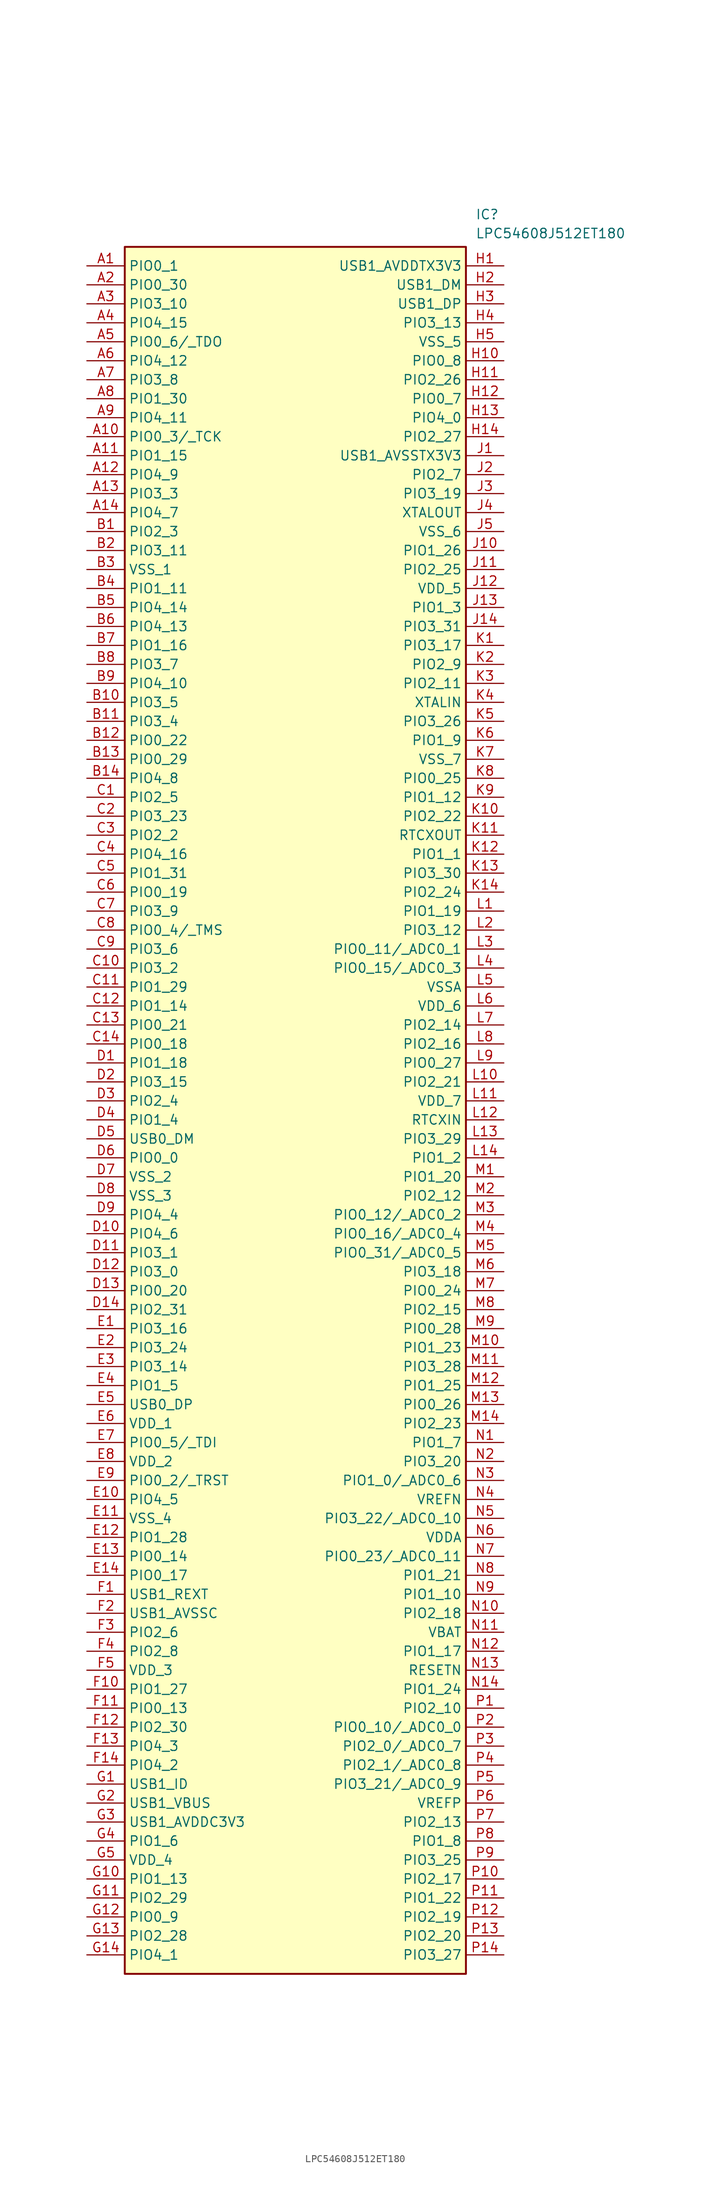
<source format=kicad_sym>
(kicad_symbol_lib
  (version 20211014)
  (generator SamacSys_ECAD_Model)
  (symbol "LPC54608J512ET180"
    (property "Reference" "IC"
      (at 52.07 7.62 0)
      (effects (font (size 1.27 1.27)) (justify left top)))
    (property "Value" "LPC54608J512ET180"
      (at 52.07 5.08 0)
      (effects (font (size 1.27 1.27)) (justify left top)))
    (rectangle
      (start 5.08 2.54)
      (end 50.8 -228.6)
      (stroke (width 0.254) (type default))
      (fill (type background)))
    (pin passive line
      (at 0 0 0)
      (length 5.08)
      (name "PIO0_1" (effects (font (size 1.27 1.27))))
      (number "A1" (effects (font (size 1.27 1.27)))))
    (pin passive line
      (at 0 -2.54 0)
      (length 5.08)
      (name "PIO0_30" (effects (font (size 1.27 1.27))))
      (number "A2" (effects (font (size 1.27 1.27)))))
    (pin passive line
      (at 0 -5.08 0)
      (length 5.08)
      (name "PIO3_10" (effects (font (size 1.27 1.27))))
      (number "A3" (effects (font (size 1.27 1.27)))))
    (pin passive line
      (at 0 -7.62 0)
      (length 5.08)
      (name "PIO4_15" (effects (font (size 1.27 1.27))))
      (number "A4" (effects (font (size 1.27 1.27)))))
    (pin passive line
      (at 0 -10.16 0)
      (length 5.08)
      (name "PIO0_6/_TDO" (effects (font (size 1.27 1.27))))
      (number "A5" (effects (font (size 1.27 1.27)))))
    (pin passive line
      (at 0 -12.7 0)
      (length 5.08)
      (name "PIO4_12" (effects (font (size 1.27 1.27))))
      (number "A6" (effects (font (size 1.27 1.27)))))
    (pin passive line
      (at 0 -15.24 0)
      (length 5.08)
      (name "PIO3_8" (effects (font (size 1.27 1.27))))
      (number "A7" (effects (font (size 1.27 1.27)))))
    (pin passive line
      (at 0 -17.78 0)
      (length 5.08)
      (name "PIO1_30" (effects (font (size 1.27 1.27))))
      (number "A8" (effects (font (size 1.27 1.27)))))
    (pin passive line
      (at 0 -20.32 0)
      (length 5.08)
      (name "PIO4_11" (effects (font (size 1.27 1.27))))
      (number "A9" (effects (font (size 1.27 1.27)))))
    (pin passive line
      (at 0 -22.86 0)
      (length 5.08)
      (name "PIO0_3/_TCK" (effects (font (size 1.27 1.27))))
      (number "A10" (effects (font (size 1.27 1.27)))))
    (pin passive line
      (at 0 -25.4 0)
      (length 5.08)
      (name "PIO1_15" (effects (font (size 1.27 1.27))))
      (number "A11" (effects (font (size 1.27 1.27)))))
    (pin passive line
      (at 0 -27.94 0)
      (length 5.08)
      (name "PIO4_9" (effects (font (size 1.27 1.27))))
      (number "A12" (effects (font (size 1.27 1.27)))))
    (pin passive line
      (at 0 -30.48 0)
      (length 5.08)
      (name "PIO3_3" (effects (font (size 1.27 1.27))))
      (number "A13" (effects (font (size 1.27 1.27)))))
    (pin passive line
      (at 0 -33.02 0)
      (length 5.08)
      (name "PIO4_7" (effects (font (size 1.27 1.27))))
      (number "A14" (effects (font (size 1.27 1.27)))))
    (pin passive line
      (at 0 -35.56 0)
      (length 5.08)
      (name "PIO2_3" (effects (font (size 1.27 1.27))))
      (number "B1" (effects (font (size 1.27 1.27)))))
    (pin passive line
      (at 0 -38.1 0)
      (length 5.08)
      (name "PIO3_11" (effects (font (size 1.27 1.27))))
      (number "B2" (effects (font (size 1.27 1.27)))))
    (pin passive line
      (at 0 -40.64 0)
      (length 5.08)
      (name "VSS_1" (effects (font (size 1.27 1.27))))
      (number "B3" (effects (font (size 1.27 1.27)))))
    (pin passive line
      (at 0 -43.18 0)
      (length 5.08)
      (name "PIO1_11" (effects (font (size 1.27 1.27))))
      (number "B4" (effects (font (size 1.27 1.27)))))
    (pin passive line
      (at 0 -45.72 0)
      (length 5.08)
      (name "PIO4_14" (effects (font (size 1.27 1.27))))
      (number "B5" (effects (font (size 1.27 1.27)))))
    (pin passive line
      (at 0 -48.26 0)
      (length 5.08)
      (name "PIO4_13" (effects (font (size 1.27 1.27))))
      (number "B6" (effects (font (size 1.27 1.27)))))
    (pin passive line
      (at 0 -50.8 0)
      (length 5.08)
      (name "PIO1_16" (effects (font (size 1.27 1.27))))
      (number "B7" (effects (font (size 1.27 1.27)))))
    (pin passive line
      (at 0 -53.34 0)
      (length 5.08)
      (name "PIO3_7" (effects (font (size 1.27 1.27))))
      (number "B8" (effects (font (size 1.27 1.27)))))
    (pin passive line
      (at 0 -55.88 0)
      (length 5.08)
      (name "PIO4_10" (effects (font (size 1.27 1.27))))
      (number "B9" (effects (font (size 1.27 1.27)))))
    (pin passive line
      (at 0 -58.42 0)
      (length 5.08)
      (name "PIO3_5" (effects (font (size 1.27 1.27))))
      (number "B10" (effects (font (size 1.27 1.27)))))
    (pin passive line
      (at 0 -60.96 0)
      (length 5.08)
      (name "PIO3_4" (effects (font (size 1.27 1.27))))
      (number "B11" (effects (font (size 1.27 1.27)))))
    (pin passive line
      (at 0 -63.5 0)
      (length 5.08)
      (name "PIO0_22" (effects (font (size 1.27 1.27))))
      (number "B12" (effects (font (size 1.27 1.27)))))
    (pin passive line
      (at 0 -66.04 0)
      (length 5.08)
      (name "PIO0_29" (effects (font (size 1.27 1.27))))
      (number "B13" (effects (font (size 1.27 1.27)))))
    (pin passive line
      (at 0 -68.58 0)
      (length 5.08)
      (name "PIO4_8" (effects (font (size 1.27 1.27))))
      (number "B14" (effects (font (size 1.27 1.27)))))
    (pin passive line
      (at 0 -71.12 0)
      (length 5.08)
      (name "PIO2_5" (effects (font (size 1.27 1.27))))
      (number "C1" (effects (font (size 1.27 1.27)))))
    (pin passive line
      (at 0 -73.66 0)
      (length 5.08)
      (name "PIO3_23" (effects (font (size 1.27 1.27))))
      (number "C2" (effects (font (size 1.27 1.27)))))
    (pin passive line
      (at 0 -76.2 0)
      (length 5.08)
      (name "PIO2_2" (effects (font (size 1.27 1.27))))
      (number "C3" (effects (font (size 1.27 1.27)))))
    (pin passive line
      (at 0 -78.74 0)
      (length 5.08)
      (name "PIO4_16" (effects (font (size 1.27 1.27))))
      (number "C4" (effects (font (size 1.27 1.27)))))
    (pin passive line
      (at 0 -81.28 0)
      (length 5.08)
      (name "PIO1_31" (effects (font (size 1.27 1.27))))
      (number "C5" (effects (font (size 1.27 1.27)))))
    (pin passive line
      (at 0 -83.82 0)
      (length 5.08)
      (name "PIO0_19" (effects (font (size 1.27 1.27))))
      (number "C6" (effects (font (size 1.27 1.27)))))
    (pin passive line
      (at 0 -86.36 0)
      (length 5.08)
      (name "PIO3_9" (effects (font (size 1.27 1.27))))
      (number "C7" (effects (font (size 1.27 1.27)))))
    (pin passive line
      (at 0 -88.9 0)
      (length 5.08)
      (name "PIO0_4/_TMS" (effects (font (size 1.27 1.27))))
      (number "C8" (effects (font (size 1.27 1.27)))))
    (pin passive line
      (at 0 -91.44 0)
      (length 5.08)
      (name "PIO3_6" (effects (font (size 1.27 1.27))))
      (number "C9" (effects (font (size 1.27 1.27)))))
    (pin passive line
      (at 0 -93.98 0)
      (length 5.08)
      (name "PIO3_2" (effects (font (size 1.27 1.27))))
      (number "C10" (effects (font (size 1.27 1.27)))))
    (pin passive line
      (at 0 -96.52 0)
      (length 5.08)
      (name "PIO1_29" (effects (font (size 1.27 1.27))))
      (number "C11" (effects (font (size 1.27 1.27)))))
    (pin passive line
      (at 0 -99.06 0)
      (length 5.08)
      (name "PIO1_14" (effects (font (size 1.27 1.27))))
      (number "C12" (effects (font (size 1.27 1.27)))))
    (pin passive line
      (at 0 -101.6 0)
      (length 5.08)
      (name "PIO0_21" (effects (font (size 1.27 1.27))))
      (number "C13" (effects (font (size 1.27 1.27)))))
    (pin passive line
      (at 0 -104.14 0)
      (length 5.08)
      (name "PIO0_18" (effects (font (size 1.27 1.27))))
      (number "C14" (effects (font (size 1.27 1.27)))))
    (pin passive line
      (at 0 -106.68 0)
      (length 5.08)
      (name "PIO1_18" (effects (font (size 1.27 1.27))))
      (number "D1" (effects (font (size 1.27 1.27)))))
    (pin passive line
      (at 0 -109.22 0)
      (length 5.08)
      (name "PIO3_15" (effects (font (size 1.27 1.27))))
      (number "D2" (effects (font (size 1.27 1.27)))))
    (pin passive line
      (at 0 -111.76 0)
      (length 5.08)
      (name "PIO2_4" (effects (font (size 1.27 1.27))))
      (number "D3" (effects (font (size 1.27 1.27)))))
    (pin passive line
      (at 0 -114.3 0)
      (length 5.08)
      (name "PIO1_4" (effects (font (size 1.27 1.27))))
      (number "D4" (effects (font (size 1.27 1.27)))))
    (pin passive line
      (at 0 -116.84 0)
      (length 5.08)
      (name "USB0_DM" (effects (font (size 1.27 1.27))))
      (number "D5" (effects (font (size 1.27 1.27)))))
    (pin passive line
      (at 0 -119.38 0)
      (length 5.08)
      (name "PIO0_0" (effects (font (size 1.27 1.27))))
      (number "D6" (effects (font (size 1.27 1.27)))))
    (pin passive line
      (at 0 -121.92 0)
      (length 5.08)
      (name "VSS_2" (effects (font (size 1.27 1.27))))
      (number "D7" (effects (font (size 1.27 1.27)))))
    (pin passive line
      (at 0 -124.46 0)
      (length 5.08)
      (name "VSS_3" (effects (font (size 1.27 1.27))))
      (number "D8" (effects (font (size 1.27 1.27)))))
    (pin passive line
      (at 0 -127 0)
      (length 5.08)
      (name "PIO4_4" (effects (font (size 1.27 1.27))))
      (number "D9" (effects (font (size 1.27 1.27)))))
    (pin passive line
      (at 0 -129.54 0)
      (length 5.08)
      (name "PIO4_6" (effects (font (size 1.27 1.27))))
      (number "D10" (effects (font (size 1.27 1.27)))))
    (pin passive line
      (at 0 -132.08 0)
      (length 5.08)
      (name "PIO3_1" (effects (font (size 1.27 1.27))))
      (number "D11" (effects (font (size 1.27 1.27)))))
    (pin passive line
      (at 0 -134.62 0)
      (length 5.08)
      (name "PIO3_0" (effects (font (size 1.27 1.27))))
      (number "D12" (effects (font (size 1.27 1.27)))))
    (pin passive line
      (at 0 -137.16 0)
      (length 5.08)
      (name "PIO0_20" (effects (font (size 1.27 1.27))))
      (number "D13" (effects (font (size 1.27 1.27)))))
    (pin passive line
      (at 0 -139.7 0)
      (length 5.08)
      (name "PIO2_31" (effects (font (size 1.27 1.27))))
      (number "D14" (effects (font (size 1.27 1.27)))))
    (pin passive line
      (at 0 -142.24 0)
      (length 5.08)
      (name "PIO3_16" (effects (font (size 1.27 1.27))))
      (number "E1" (effects (font (size 1.27 1.27)))))
    (pin passive line
      (at 0 -144.78 0)
      (length 5.08)
      (name "PIO3_24" (effects (font (size 1.27 1.27))))
      (number "E2" (effects (font (size 1.27 1.27)))))
    (pin passive line
      (at 0 -147.32 0)
      (length 5.08)
      (name "PIO3_14" (effects (font (size 1.27 1.27))))
      (number "E3" (effects (font (size 1.27 1.27)))))
    (pin passive line
      (at 0 -149.86 0)
      (length 5.08)
      (name "PIO1_5" (effects (font (size 1.27 1.27))))
      (number "E4" (effects (font (size 1.27 1.27)))))
    (pin passive line
      (at 0 -152.4 0)
      (length 5.08)
      (name "USB0_DP" (effects (font (size 1.27 1.27))))
      (number "E5" (effects (font (size 1.27 1.27)))))
    (pin passive line
      (at 0 -154.94 0)
      (length 5.08)
      (name "VDD_1" (effects (font (size 1.27 1.27))))
      (number "E6" (effects (font (size 1.27 1.27)))))
    (pin passive line
      (at 0 -157.48 0)
      (length 5.08)
      (name "PIO0_5/_TDI" (effects (font (size 1.27 1.27))))
      (number "E7" (effects (font (size 1.27 1.27)))))
    (pin passive line
      (at 0 -160.02 0)
      (length 5.08)
      (name "VDD_2" (effects (font (size 1.27 1.27))))
      (number "E8" (effects (font (size 1.27 1.27)))))
    (pin passive line
      (at 0 -162.56 0)
      (length 5.08)
      (name "PIO0_2/_TRST" (effects (font (size 1.27 1.27))))
      (number "E9" (effects (font (size 1.27 1.27)))))
    (pin passive line
      (at 0 -165.1 0)
      (length 5.08)
      (name "PIO4_5" (effects (font (size 1.27 1.27))))
      (number "E10" (effects (font (size 1.27 1.27)))))
    (pin passive line
      (at 0 -167.64 0)
      (length 5.08)
      (name "VSS_4" (effects (font (size 1.27 1.27))))
      (number "E11" (effects (font (size 1.27 1.27)))))
    (pin passive line
      (at 0 -170.18 0)
      (length 5.08)
      (name "PIO1_28" (effects (font (size 1.27 1.27))))
      (number "E12" (effects (font (size 1.27 1.27)))))
    (pin passive line
      (at 0 -172.72 0)
      (length 5.08)
      (name "PIO0_14" (effects (font (size 1.27 1.27))))
      (number "E13" (effects (font (size 1.27 1.27)))))
    (pin passive line
      (at 0 -175.26 0)
      (length 5.08)
      (name "PIO0_17" (effects (font (size 1.27 1.27))))
      (number "E14" (effects (font (size 1.27 1.27)))))
    (pin passive line
      (at 0 -177.8 0)
      (length 5.08)
      (name "USB1_REXT" (effects (font (size 1.27 1.27))))
      (number "F1" (effects (font (size 1.27 1.27)))))
    (pin passive line
      (at 0 -180.34 0)
      (length 5.08)
      (name "USB1_AVSSC" (effects (font (size 1.27 1.27))))
      (number "F2" (effects (font (size 1.27 1.27)))))
    (pin passive line
      (at 0 -182.88 0)
      (length 5.08)
      (name "PIO2_6" (effects (font (size 1.27 1.27))))
      (number "F3" (effects (font (size 1.27 1.27)))))
    (pin passive line
      (at 0 -185.42 0)
      (length 5.08)
      (name "PIO2_8" (effects (font (size 1.27 1.27))))
      (number "F4" (effects (font (size 1.27 1.27)))))
    (pin passive line
      (at 0 -187.96 0)
      (length 5.08)
      (name "VDD_3" (effects (font (size 1.27 1.27))))
      (number "F5" (effects (font (size 1.27 1.27)))))
    (pin passive line
      (at 0 -190.5 0)
      (length 5.08)
      (name "PIO1_27" (effects (font (size 1.27 1.27))))
      (number "F10" (effects (font (size 1.27 1.27)))))
    (pin passive line
      (at 0 -193.04 0)
      (length 5.08)
      (name "PIO0_13" (effects (font (size 1.27 1.27))))
      (number "F11" (effects (font (size 1.27 1.27)))))
    (pin passive line
      (at 0 -195.58 0)
      (length 5.08)
      (name "PIO2_30" (effects (font (size 1.27 1.27))))
      (number "F12" (effects (font (size 1.27 1.27)))))
    (pin passive line
      (at 0 -198.12 0)
      (length 5.08)
      (name "PIO4_3" (effects (font (size 1.27 1.27))))
      (number "F13" (effects (font (size 1.27 1.27)))))
    (pin passive line
      (at 0 -200.66 0)
      (length 5.08)
      (name "PIO4_2" (effects (font (size 1.27 1.27))))
      (number "F14" (effects (font (size 1.27 1.27)))))
    (pin passive line
      (at 0 -203.2 0)
      (length 5.08)
      (name "USB1_ID" (effects (font (size 1.27 1.27))))
      (number "G1" (effects (font (size 1.27 1.27)))))
    (pin passive line
      (at 0 -205.74 0)
      (length 5.08)
      (name "USB1_VBUS" (effects (font (size 1.27 1.27))))
      (number "G2" (effects (font (size 1.27 1.27)))))
    (pin passive line
      (at 0 -208.28 0)
      (length 5.08)
      (name "USB1_AVDDC3V3" (effects (font (size 1.27 1.27))))
      (number "G3" (effects (font (size 1.27 1.27)))))
    (pin passive line
      (at 0 -210.82 0)
      (length 5.08)
      (name "PIO1_6" (effects (font (size 1.27 1.27))))
      (number "G4" (effects (font (size 1.27 1.27)))))
    (pin passive line
      (at 0 -213.36 0)
      (length 5.08)
      (name "VDD_4" (effects (font (size 1.27 1.27))))
      (number "G5" (effects (font (size 1.27 1.27)))))
    (pin passive line
      (at 0 -215.9 0)
      (length 5.08)
      (name "PIO1_13" (effects (font (size 1.27 1.27))))
      (number "G10" (effects (font (size 1.27 1.27)))))
    (pin passive line
      (at 0 -218.44 0)
      (length 5.08)
      (name "PIO2_29" (effects (font (size 1.27 1.27))))
      (number "G11" (effects (font (size 1.27 1.27)))))
    (pin passive line
      (at 0 -220.98 0)
      (length 5.08)
      (name "PIO0_9" (effects (font (size 1.27 1.27))))
      (number "G12" (effects (font (size 1.27 1.27)))))
    (pin passive line
      (at 0 -223.52 0)
      (length 5.08)
      (name "PIO2_28" (effects (font (size 1.27 1.27))))
      (number "G13" (effects (font (size 1.27 1.27)))))
    (pin passive line
      (at 0 -226.06 0)
      (length 5.08)
      (name "PIO4_1" (effects (font (size 1.27 1.27))))
      (number "G14" (effects (font (size 1.27 1.27)))))
    (pin passive line
      (at 55.88 0 180)
      (length 5.08)
      (name "USB1_AVDDTX3V3" (effects (font (size 1.27 1.27))))
      (number "H1" (effects (font (size 1.27 1.27)))))
    (pin passive line
      (at 55.88 -2.54 180)
      (length 5.08)
      (name "USB1_DM" (effects (font (size 1.27 1.27))))
      (number "H2" (effects (font (size 1.27 1.27)))))
    (pin passive line
      (at 55.88 -5.08 180)
      (length 5.08)
      (name "USB1_DP" (effects (font (size 1.27 1.27))))
      (number "H3" (effects (font (size 1.27 1.27)))))
    (pin passive line
      (at 55.88 -7.62 180)
      (length 5.08)
      (name "PIO3_13" (effects (font (size 1.27 1.27))))
      (number "H4" (effects (font (size 1.27 1.27)))))
    (pin passive line
      (at 55.88 -10.16 180)
      (length 5.08)
      (name "VSS_5" (effects (font (size 1.27 1.27))))
      (number "H5" (effects (font (size 1.27 1.27)))))
    (pin passive line
      (at 55.88 -12.7 180)
      (length 5.08)
      (name "PIO0_8" (effects (font (size 1.27 1.27))))
      (number "H10" (effects (font (size 1.27 1.27)))))
    (pin passive line
      (at 55.88 -15.24 180)
      (length 5.08)
      (name "PIO2_26" (effects (font (size 1.27 1.27))))
      (number "H11" (effects (font (size 1.27 1.27)))))
    (pin passive line
      (at 55.88 -17.78 180)
      (length 5.08)
      (name "PIO0_7" (effects (font (size 1.27 1.27))))
      (number "H12" (effects (font (size 1.27 1.27)))))
    (pin passive line
      (at 55.88 -20.32 180)
      (length 5.08)
      (name "PIO4_0" (effects (font (size 1.27 1.27))))
      (number "H13" (effects (font (size 1.27 1.27)))))
    (pin passive line
      (at 55.88 -22.86 180)
      (length 5.08)
      (name "PIO2_27" (effects (font (size 1.27 1.27))))
      (number "H14" (effects (font (size 1.27 1.27)))))
    (pin passive line
      (at 55.88 -25.4 180)
      (length 5.08)
      (name "USB1_AVSSTX3V3" (effects (font (size 1.27 1.27))))
      (number "J1" (effects (font (size 1.27 1.27)))))
    (pin passive line
      (at 55.88 -27.94 180)
      (length 5.08)
      (name "PIO2_7" (effects (font (size 1.27 1.27))))
      (number "J2" (effects (font (size 1.27 1.27)))))
    (pin passive line
      (at 55.88 -30.48 180)
      (length 5.08)
      (name "PIO3_19" (effects (font (size 1.27 1.27))))
      (number "J3" (effects (font (size 1.27 1.27)))))
    (pin passive line
      (at 55.88 -33.02 180)
      (length 5.08)
      (name "XTALOUT" (effects (font (size 1.27 1.27))))
      (number "J4" (effects (font (size 1.27 1.27)))))
    (pin passive line
      (at 55.88 -35.56 180)
      (length 5.08)
      (name "VSS_6" (effects (font (size 1.27 1.27))))
      (number "J5" (effects (font (size 1.27 1.27)))))
    (pin passive line
      (at 55.88 -38.1 180)
      (length 5.08)
      (name "PIO1_26" (effects (font (size 1.27 1.27))))
      (number "J10" (effects (font (size 1.27 1.27)))))
    (pin passive line
      (at 55.88 -40.64 180)
      (length 5.08)
      (name "PIO2_25" (effects (font (size 1.27 1.27))))
      (number "J11" (effects (font (size 1.27 1.27)))))
    (pin passive line
      (at 55.88 -43.18 180)
      (length 5.08)
      (name "VDD_5" (effects (font (size 1.27 1.27))))
      (number "J12" (effects (font (size 1.27 1.27)))))
    (pin passive line
      (at 55.88 -45.72 180)
      (length 5.08)
      (name "PIO1_3" (effects (font (size 1.27 1.27))))
      (number "J13" (effects (font (size 1.27 1.27)))))
    (pin passive line
      (at 55.88 -48.26 180)
      (length 5.08)
      (name "PIO3_31" (effects (font (size 1.27 1.27))))
      (number "J14" (effects (font (size 1.27 1.27)))))
    (pin passive line
      (at 55.88 -50.8 180)
      (length 5.08)
      (name "PIO3_17" (effects (font (size 1.27 1.27))))
      (number "K1" (effects (font (size 1.27 1.27)))))
    (pin passive line
      (at 55.88 -53.34 180)
      (length 5.08)
      (name "PIO2_9" (effects (font (size 1.27 1.27))))
      (number "K2" (effects (font (size 1.27 1.27)))))
    (pin passive line
      (at 55.88 -55.88 180)
      (length 5.08)
      (name "PIO2_11" (effects (font (size 1.27 1.27))))
      (number "K3" (effects (font (size 1.27 1.27)))))
    (pin passive line
      (at 55.88 -58.42 180)
      (length 5.08)
      (name "XTALIN" (effects (font (size 1.27 1.27))))
      (number "K4" (effects (font (size 1.27 1.27)))))
    (pin passive line
      (at 55.88 -60.96 180)
      (length 5.08)
      (name "PIO3_26" (effects (font (size 1.27 1.27))))
      (number "K5" (effects (font (size 1.27 1.27)))))
    (pin passive line
      (at 55.88 -63.5 180)
      (length 5.08)
      (name "PIO1_9" (effects (font (size 1.27 1.27))))
      (number "K6" (effects (font (size 1.27 1.27)))))
    (pin passive line
      (at 55.88 -66.04 180)
      (length 5.08)
      (name "VSS_7" (effects (font (size 1.27 1.27))))
      (number "K7" (effects (font (size 1.27 1.27)))))
    (pin passive line
      (at 55.88 -68.58 180)
      (length 5.08)
      (name "PIO0_25" (effects (font (size 1.27 1.27))))
      (number "K8" (effects (font (size 1.27 1.27)))))
    (pin passive line
      (at 55.88 -71.12 180)
      (length 5.08)
      (name "PIO1_12" (effects (font (size 1.27 1.27))))
      (number "K9" (effects (font (size 1.27 1.27)))))
    (pin passive line
      (at 55.88 -73.66 180)
      (length 5.08)
      (name "PIO2_22" (effects (font (size 1.27 1.27))))
      (number "K10" (effects (font (size 1.27 1.27)))))
    (pin passive line
      (at 55.88 -76.2 180)
      (length 5.08)
      (name "RTCXOUT" (effects (font (size 1.27 1.27))))
      (number "K11" (effects (font (size 1.27 1.27)))))
    (pin passive line
      (at 55.88 -78.74 180)
      (length 5.08)
      (name "PIO1_1" (effects (font (size 1.27 1.27))))
      (number "K12" (effects (font (size 1.27 1.27)))))
    (pin passive line
      (at 55.88 -81.28 180)
      (length 5.08)
      (name "PIO3_30" (effects (font (size 1.27 1.27))))
      (number "K13" (effects (font (size 1.27 1.27)))))
    (pin passive line
      (at 55.88 -83.82 180)
      (length 5.08)
      (name "PIO2_24" (effects (font (size 1.27 1.27))))
      (number "K14" (effects (font (size 1.27 1.27)))))
    (pin passive line
      (at 55.88 -86.36 180)
      (length 5.08)
      (name "PIO1_19" (effects (font (size 1.27 1.27))))
      (number "L1" (effects (font (size 1.27 1.27)))))
    (pin passive line
      (at 55.88 -88.9 180)
      (length 5.08)
      (name "PIO3_12" (effects (font (size 1.27 1.27))))
      (number "L2" (effects (font (size 1.27 1.27)))))
    (pin passive line
      (at 55.88 -91.44 180)
      (length 5.08)
      (name "PIO0_11/_ADC0_1" (effects (font (size 1.27 1.27))))
      (number "L3" (effects (font (size 1.27 1.27)))))
    (pin passive line
      (at 55.88 -93.98 180)
      (length 5.08)
      (name "PIO0_15/_ADC0_3" (effects (font (size 1.27 1.27))))
      (number "L4" (effects (font (size 1.27 1.27)))))
    (pin passive line
      (at 55.88 -96.52 180)
      (length 5.08)
      (name "VSSA" (effects (font (size 1.27 1.27))))
      (number "L5" (effects (font (size 1.27 1.27)))))
    (pin passive line
      (at 55.88 -99.06 180)
      (length 5.08)
      (name "VDD_6" (effects (font (size 1.27 1.27))))
      (number "L6" (effects (font (size 1.27 1.27)))))
    (pin passive line
      (at 55.88 -101.6 180)
      (length 5.08)
      (name "PIO2_14" (effects (font (size 1.27 1.27))))
      (number "L7" (effects (font (size 1.27 1.27)))))
    (pin passive line
      (at 55.88 -104.14 180)
      (length 5.08)
      (name "PIO2_16" (effects (font (size 1.27 1.27))))
      (number "L8" (effects (font (size 1.27 1.27)))))
    (pin passive line
      (at 55.88 -106.68 180)
      (length 5.08)
      (name "PIO0_27" (effects (font (size 1.27 1.27))))
      (number "L9" (effects (font (size 1.27 1.27)))))
    (pin passive line
      (at 55.88 -109.22 180)
      (length 5.08)
      (name "PIO2_21" (effects (font (size 1.27 1.27))))
      (number "L10" (effects (font (size 1.27 1.27)))))
    (pin passive line
      (at 55.88 -111.76 180)
      (length 5.08)
      (name "VDD_7" (effects (font (size 1.27 1.27))))
      (number "L11" (effects (font (size 1.27 1.27)))))
    (pin passive line
      (at 55.88 -114.3 180)
      (length 5.08)
      (name "RTCXIN" (effects (font (size 1.27 1.27))))
      (number "L12" (effects (font (size 1.27 1.27)))))
    (pin passive line
      (at 55.88 -116.84 180)
      (length 5.08)
      (name "PIO3_29" (effects (font (size 1.27 1.27))))
      (number "L13" (effects (font (size 1.27 1.27)))))
    (pin passive line
      (at 55.88 -119.38 180)
      (length 5.08)
      (name "PIO1_2" (effects (font (size 1.27 1.27))))
      (number "L14" (effects (font (size 1.27 1.27)))))
    (pin passive line
      (at 55.88 -121.92 180)
      (length 5.08)
      (name "PIO1_20" (effects (font (size 1.27 1.27))))
      (number "M1" (effects (font (size 1.27 1.27)))))
    (pin passive line
      (at 55.88 -124.46 180)
      (length 5.08)
      (name "PIO2_12" (effects (font (size 1.27 1.27))))
      (number "M2" (effects (font (size 1.27 1.27)))))
    (pin passive line
      (at 55.88 -127 180)
      (length 5.08)
      (name "PIO0_12/_ADC0_2" (effects (font (size 1.27 1.27))))
      (number "M3" (effects (font (size 1.27 1.27)))))
    (pin passive line
      (at 55.88 -129.54 180)
      (length 5.08)
      (name "PIO0_16/_ADC0_4" (effects (font (size 1.27 1.27))))
      (number "M4" (effects (font (size 1.27 1.27)))))
    (pin passive line
      (at 55.88 -132.08 180)
      (length 5.08)
      (name "PIO0_31/_ADC0_5" (effects (font (size 1.27 1.27))))
      (number "M5" (effects (font (size 1.27 1.27)))))
    (pin passive line
      (at 55.88 -134.62 180)
      (length 5.08)
      (name "PIO3_18" (effects (font (size 1.27 1.27))))
      (number "M6" (effects (font (size 1.27 1.27)))))
    (pin passive line
      (at 55.88 -137.16 180)
      (length 5.08)
      (name "PIO0_24" (effects (font (size 1.27 1.27))))
      (number "M7" (effects (font (size 1.27 1.27)))))
    (pin passive line
      (at 55.88 -139.7 180)
      (length 5.08)
      (name "PIO2_15" (effects (font (size 1.27 1.27))))
      (number "M8" (effects (font (size 1.27 1.27)))))
    (pin passive line
      (at 55.88 -142.24 180)
      (length 5.08)
      (name "PIO0_28" (effects (font (size 1.27 1.27))))
      (number "M9" (effects (font (size 1.27 1.27)))))
    (pin passive line
      (at 55.88 -144.78 180)
      (length 5.08)
      (name "PIO1_23" (effects (font (size 1.27 1.27))))
      (number "M10" (effects (font (size 1.27 1.27)))))
    (pin passive line
      (at 55.88 -147.32 180)
      (length 5.08)
      (name "PIO3_28" (effects (font (size 1.27 1.27))))
      (number "M11" (effects (font (size 1.27 1.27)))))
    (pin passive line
      (at 55.88 -149.86 180)
      (length 5.08)
      (name "PIO1_25" (effects (font (size 1.27 1.27))))
      (number "M12" (effects (font (size 1.27 1.27)))))
    (pin passive line
      (at 55.88 -152.4 180)
      (length 5.08)
      (name "PIO0_26" (effects (font (size 1.27 1.27))))
      (number "M13" (effects (font (size 1.27 1.27)))))
    (pin passive line
      (at 55.88 -154.94 180)
      (length 5.08)
      (name "PIO2_23" (effects (font (size 1.27 1.27))))
      (number "M14" (effects (font (size 1.27 1.27)))))
    (pin passive line
      (at 55.88 -157.48 180)
      (length 5.08)
      (name "PIO1_7" (effects (font (size 1.27 1.27))))
      (number "N1" (effects (font (size 1.27 1.27)))))
    (pin passive line
      (at 55.88 -160.02 180)
      (length 5.08)
      (name "PIO3_20" (effects (font (size 1.27 1.27))))
      (number "N2" (effects (font (size 1.27 1.27)))))
    (pin passive line
      (at 55.88 -162.56 180)
      (length 5.08)
      (name "PIO1_0/_ADC0_6" (effects (font (size 1.27 1.27))))
      (number "N3" (effects (font (size 1.27 1.27)))))
    (pin passive line
      (at 55.88 -165.1 180)
      (length 5.08)
      (name "VREFN" (effects (font (size 1.27 1.27))))
      (number "N4" (effects (font (size 1.27 1.27)))))
    (pin passive line
      (at 55.88 -167.64 180)
      (length 5.08)
      (name "PIO3_22/_ADC0_10" (effects (font (size 1.27 1.27))))
      (number "N5" (effects (font (size 1.27 1.27)))))
    (pin passive line
      (at 55.88 -170.18 180)
      (length 5.08)
      (name "VDDA" (effects (font (size 1.27 1.27))))
      (number "N6" (effects (font (size 1.27 1.27)))))
    (pin passive line
      (at 55.88 -172.72 180)
      (length 5.08)
      (name "PIO0_23/_ADC0_11" (effects (font (size 1.27 1.27))))
      (number "N7" (effects (font (size 1.27 1.27)))))
    (pin passive line
      (at 55.88 -175.26 180)
      (length 5.08)
      (name "PIO1_21" (effects (font (size 1.27 1.27))))
      (number "N8" (effects (font (size 1.27 1.27)))))
    (pin passive line
      (at 55.88 -177.8 180)
      (length 5.08)
      (name "PIO1_10" (effects (font (size 1.27 1.27))))
      (number "N9" (effects (font (size 1.27 1.27)))))
    (pin passive line
      (at 55.88 -180.34 180)
      (length 5.08)
      (name "PIO2_18" (effects (font (size 1.27 1.27))))
      (number "N10" (effects (font (size 1.27 1.27)))))
    (pin passive line
      (at 55.88 -182.88 180)
      (length 5.08)
      (name "VBAT" (effects (font (size 1.27 1.27))))
      (number "N11" (effects (font (size 1.27 1.27)))))
    (pin passive line
      (at 55.88 -185.42 180)
      (length 5.08)
      (name "PIO1_17" (effects (font (size 1.27 1.27))))
      (number "N12" (effects (font (size 1.27 1.27)))))
    (pin passive line
      (at 55.88 -187.96 180)
      (length 5.08)
      (name "RESETN" (effects (font (size 1.27 1.27))))
      (number "N13" (effects (font (size 1.27 1.27)))))
    (pin passive line
      (at 55.88 -190.5 180)
      (length 5.08)
      (name "PIO1_24" (effects (font (size 1.27 1.27))))
      (number "N14" (effects (font (size 1.27 1.27)))))
    (pin passive line
      (at 55.88 -193.04 180)
      (length 5.08)
      (name "PIO2_10" (effects (font (size 1.27 1.27))))
      (number "P1" (effects (font (size 1.27 1.27)))))
    (pin passive line
      (at 55.88 -195.58 180)
      (length 5.08)
      (name "PIO0_10/_ADC0_0" (effects (font (size 1.27 1.27))))
      (number "P2" (effects (font (size 1.27 1.27)))))
    (pin passive line
      (at 55.88 -198.12 180)
      (length 5.08)
      (name "PIO2_0/_ADC0_7" (effects (font (size 1.27 1.27))))
      (number "P3" (effects (font (size 1.27 1.27)))))
    (pin passive line
      (at 55.88 -200.66 180)
      (length 5.08)
      (name "PIO2_1/_ADC0_8" (effects (font (size 1.27 1.27))))
      (number "P4" (effects (font (size 1.27 1.27)))))
    (pin passive line
      (at 55.88 -203.2 180)
      (length 5.08)
      (name "PIO3_21/_ADC0_9" (effects (font (size 1.27 1.27))))
      (number "P5" (effects (font (size 1.27 1.27)))))
    (pin passive line
      (at 55.88 -205.74 180)
      (length 5.08)
      (name "VREFP" (effects (font (size 1.27 1.27))))
      (number "P6" (effects (font (size 1.27 1.27)))))
    (pin passive line
      (at 55.88 -208.28 180)
      (length 5.08)
      (name "PIO2_13" (effects (font (size 1.27 1.27))))
      (number "P7" (effects (font (size 1.27 1.27)))))
    (pin passive line
      (at 55.88 -210.82 180)
      (length 5.08)
      (name "PIO1_8" (effects (font (size 1.27 1.27))))
      (number "P8" (effects (font (size 1.27 1.27)))))
    (pin passive line
      (at 55.88 -213.36 180)
      (length 5.08)
      (name "PIO3_25" (effects (font (size 1.27 1.27))))
      (number "P9" (effects (font (size 1.27 1.27)))))
    (pin passive line
      (at 55.88 -215.9 180)
      (length 5.08)
      (name "PIO2_17" (effects (font (size 1.27 1.27))))
      (number "P10" (effects (font (size 1.27 1.27)))))
    (pin passive line
      (at 55.88 -218.44 180)
      (length 5.08)
      (name "PIO1_22" (effects (font (size 1.27 1.27))))
      (number "P11" (effects (font (size 1.27 1.27)))))
    (pin passive line
      (at 55.88 -220.98 180)
      (length 5.08)
      (name "PIO2_19" (effects (font (size 1.27 1.27))))
      (number "P12" (effects (font (size 1.27 1.27)))))
    (pin passive line
      (at 55.88 -223.52 180)
      (length 5.08)
      (name "PIO2_20" (effects (font (size 1.27 1.27))))
      (number "P13" (effects (font (size 1.27 1.27)))))
    (pin passive line
      (at 55.88 -226.06 180)
      (length 5.08)
      (name "PIO3_27" (effects (font (size 1.27 1.27))))
      (number "P14" (effects (font (size 1.27 1.27)))))))
</source>
